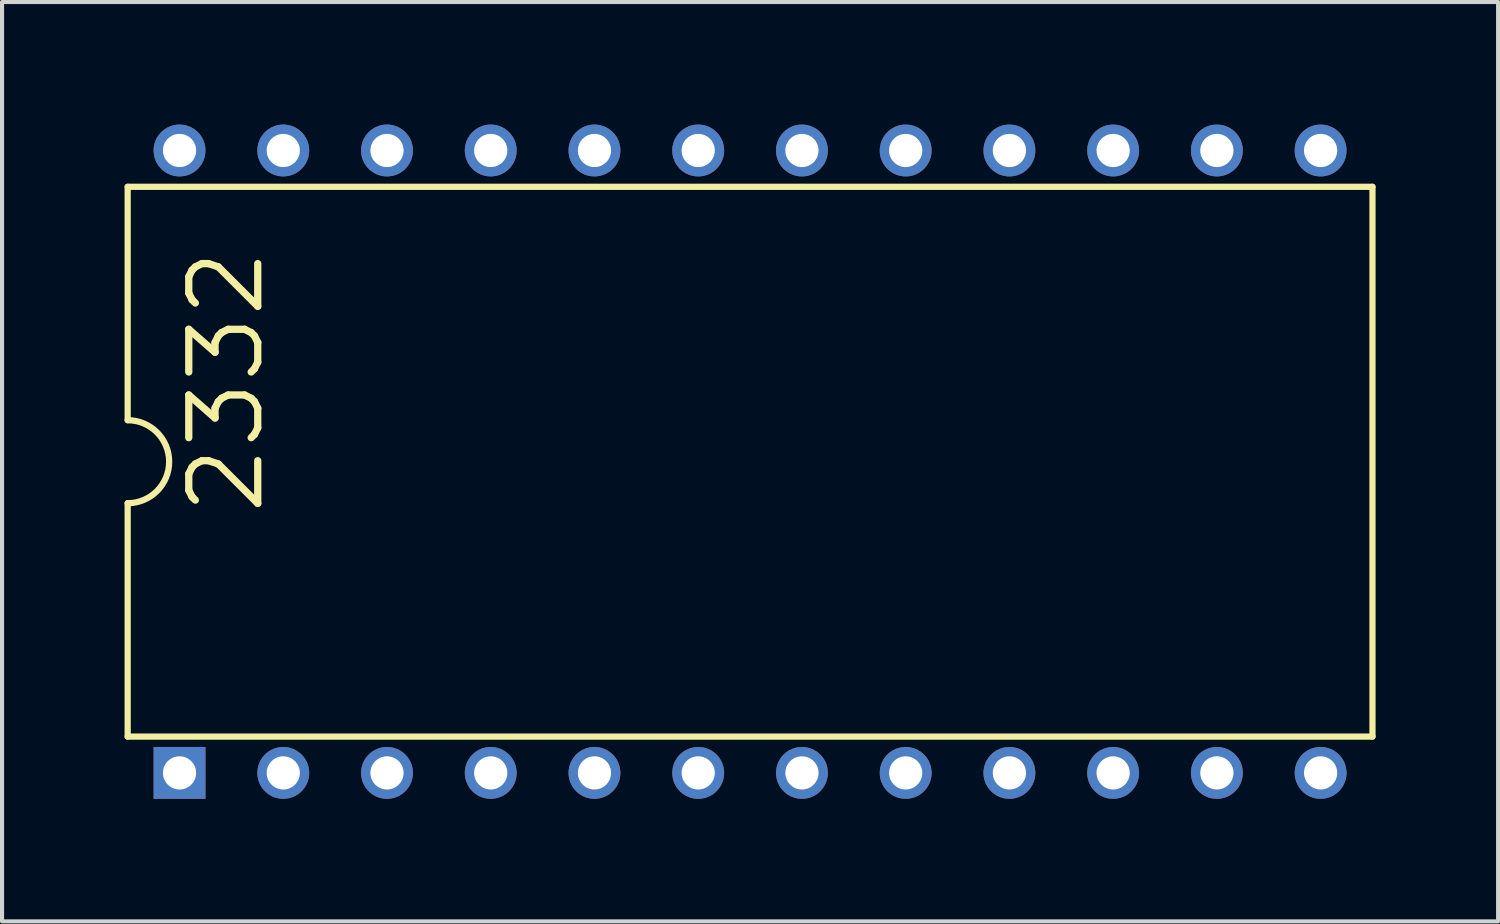
<source format=kicad_pcb>
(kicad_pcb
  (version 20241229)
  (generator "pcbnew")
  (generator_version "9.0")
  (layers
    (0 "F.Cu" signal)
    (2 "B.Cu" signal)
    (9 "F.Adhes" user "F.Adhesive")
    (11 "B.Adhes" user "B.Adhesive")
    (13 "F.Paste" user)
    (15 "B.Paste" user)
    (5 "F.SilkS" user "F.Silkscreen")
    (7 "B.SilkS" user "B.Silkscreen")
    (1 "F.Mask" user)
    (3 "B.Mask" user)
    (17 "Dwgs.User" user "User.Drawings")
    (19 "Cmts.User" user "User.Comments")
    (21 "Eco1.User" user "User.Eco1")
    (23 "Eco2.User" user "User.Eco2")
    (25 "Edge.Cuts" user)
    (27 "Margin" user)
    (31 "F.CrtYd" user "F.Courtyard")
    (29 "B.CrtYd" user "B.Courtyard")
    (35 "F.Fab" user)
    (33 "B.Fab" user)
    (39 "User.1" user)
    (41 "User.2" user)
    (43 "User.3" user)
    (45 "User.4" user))
  (footprint "2332"
    (layer "F.Cu")
    (at 15.316 8.255)
    (property "Reference" "2332" (at -11.839 1.379 90) (layer "F.SilkS") (effects (font (size 1.689 1.689) (thickness 0.178)) (justify left bottom)))
    (attr through_hole)
    (fp_line (start -15.24 -6.731) (end -15.24 -1.016) (stroke (width 0.152) (type solid)) (layer "F.SilkS"))
    (fp_line (start -15.24 6.731) (end -15.24 1.016) (stroke (width 0.152) (type solid)) (layer "F.SilkS"))
    (fp_line (start -15.24 6.731) (end 15.24 6.731) (stroke (width 0.152) (type solid)) (layer "F.SilkS"))
    (fp_line (start 15.24 -6.731) (end -15.24 -6.731) (stroke (width 0.152) (type solid)) (layer "F.SilkS"))
    (fp_line (start 15.24 -6.731) (end 15.24 6.731) (stroke (width 0.152) (type solid)) (layer "F.SilkS"))
    (fp_arc (start -15.24 -1.016) (mid -14.224 0) (end -15.24 1.016) (stroke (width 0.1524) (type solid)) (layer "F.SilkS"))
    (pad "1" thru_hole rect (at -13.97 7.62 90) (size 1.27 1.27) (drill 0.813) (layers "*.Cu" "*.Mask"))
    (pad "2" thru_hole circle (at -11.43 7.62 90) (size 1.27 1.27) (drill 0.813) (layers "*.Cu" "*.Mask"))
    (pad "3" thru_hole circle (at -8.89 7.62 90) (size 1.27 1.27) (drill 0.813) (layers "*.Cu" "*.Mask"))
    (pad "4" thru_hole circle (at -6.35 7.62 90) (size 1.27 1.27) (drill 0.813) (layers "*.Cu" "*.Mask"))
    (pad "5" thru_hole circle (at -3.81 7.62 90) (size 1.27 1.27) (drill 0.813) (layers "*.Cu" "*.Mask"))
    (pad "6" thru_hole circle (at -1.27 7.62 90) (size 1.27 1.27) (drill 0.813) (layers "*.Cu" "*.Mask"))
    (pad "7" thru_hole circle (at 1.27 7.62 90) (size 1.27 1.27) (drill 0.813) (layers "*.Cu" "*.Mask"))
    (pad "8" thru_hole circle (at 3.81 7.62 90) (size 1.27 1.27) (drill 0.813) (layers "*.Cu" "*.Mask"))
    (pad "9" thru_hole circle (at 6.35 7.62 90) (size 1.27 1.27) (drill 0.813) (layers "*.Cu" "*.Mask"))
    (pad "10" thru_hole circle (at 8.89 7.62 90) (size 1.27 1.27) (drill 0.813) (layers "*.Cu" "*.Mask"))
    (pad "11" thru_hole circle (at 11.43 7.62 90) (size 1.27 1.27) (drill 0.813) (layers "*.Cu" "*.Mask"))
    (pad "12" thru_hole circle (at 13.97 7.62 90) (size 1.27 1.27) (drill 0.813) (layers "*.Cu" "*.Mask"))
    (pad "13" thru_hole circle (at 13.97 -7.62 90) (size 1.27 1.27) (drill 0.813) (layers "*.Cu" "*.Mask"))
    (pad "14" thru_hole circle (at 11.43 -7.62 90) (size 1.27 1.27) (drill 0.813) (layers "*.Cu" "*.Mask"))
    (pad "15" thru_hole circle (at 8.89 -7.62 90) (size 1.27 1.27) (drill 0.813) (layers "*.Cu" "*.Mask"))
    (pad "16" thru_hole circle (at 6.35 -7.62 90) (size 1.27 1.27) (drill 0.813) (layers "*.Cu" "*.Mask"))
    (pad "17" thru_hole circle (at 3.81 -7.62 90) (size 1.27 1.27) (drill 0.813) (layers "*.Cu" "*.Mask"))
    (pad "18" thru_hole circle (at 1.27 -7.62 90) (size 1.27 1.27) (drill 0.813) (layers "*.Cu" "*.Mask"))
    (pad "19" thru_hole circle (at -1.27 -7.62 90) (size 1.27 1.27) (drill 0.813) (layers "*.Cu" "*.Mask"))
    (pad "20" thru_hole circle (at -3.81 -7.62 90) (size 1.27 1.27) (drill 0.813) (layers "*.Cu" "*.Mask"))
    (pad "21" thru_hole circle (at -6.35 -7.62 90) (size 1.27 1.27) (drill 0.813) (layers "*.Cu" "*.Mask"))
    (pad "22" thru_hole circle (at -8.89 -7.62 90) (size 1.27 1.27) (drill 0.813) (layers "*.Cu" "*.Mask"))
    (pad "23" thru_hole circle (at -11.43 -7.62 90) (size 1.27 1.27) (drill 0.813) (layers "*.Cu" "*.Mask"))
    (pad "24" thru_hole circle (at -13.97 -7.62 90) (size 1.27 1.27) (drill 0.813) (layers "*.Cu" "*.Mask")))
  (gr_rect
    (start -3 -3)
    (end 33.632 19.51)
    (stroke (width 0.1) (type default))
    (fill no)
    (layer "Edge.Cuts")))
</source>
